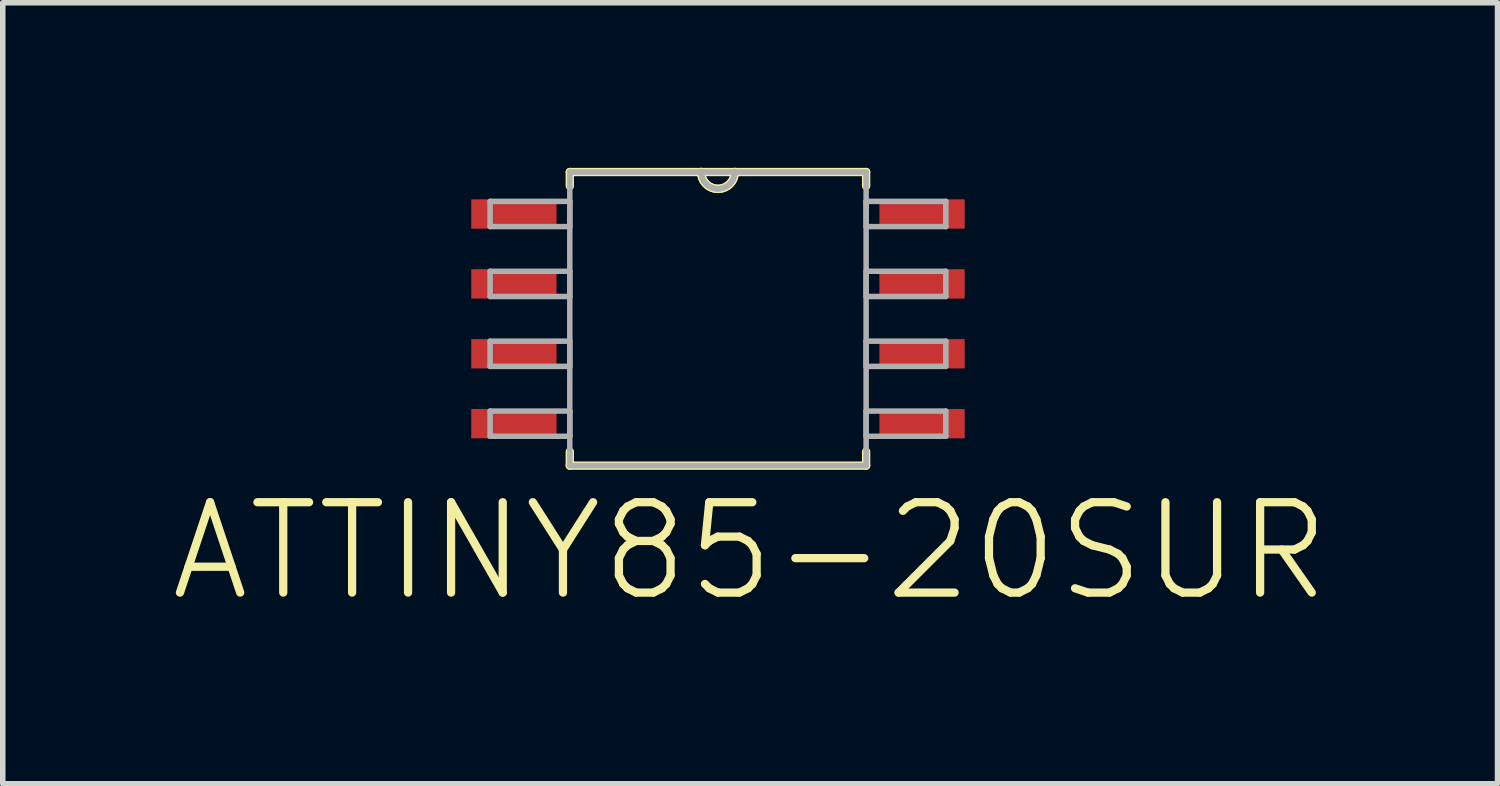
<source format=kicad_pcb>
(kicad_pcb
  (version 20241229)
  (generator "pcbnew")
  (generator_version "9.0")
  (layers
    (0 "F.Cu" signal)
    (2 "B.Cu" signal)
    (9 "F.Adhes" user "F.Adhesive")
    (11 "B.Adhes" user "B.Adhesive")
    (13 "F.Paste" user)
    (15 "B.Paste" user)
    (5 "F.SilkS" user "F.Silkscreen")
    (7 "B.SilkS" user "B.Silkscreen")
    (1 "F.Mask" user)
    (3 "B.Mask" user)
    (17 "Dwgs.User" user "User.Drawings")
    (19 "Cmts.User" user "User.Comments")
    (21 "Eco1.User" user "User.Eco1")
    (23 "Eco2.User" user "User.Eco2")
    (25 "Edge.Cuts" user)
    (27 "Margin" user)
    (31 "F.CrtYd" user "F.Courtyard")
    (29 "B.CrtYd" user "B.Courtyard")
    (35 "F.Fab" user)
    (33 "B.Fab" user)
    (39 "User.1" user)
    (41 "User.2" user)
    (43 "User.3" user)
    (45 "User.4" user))
  (footprint "ATTINY85-20SUR"
    (layer "F.Cu")
    (at 9.995 2.743)
    (property "Reference" "ATTINY85-20SUR" (at 0.585 4.222 0) (layer "F.SilkS") (effects (font (size 1.642 1.642) (thickness 0.15))))
    (attr smd)
    (fp_line (start -2.692 -2.667) (end -2.692 -2.413) (stroke (width 0.152) (type solid)) (layer "F.SilkS"))
    (fp_line (start -2.692 2.413) (end -2.692 2.667) (stroke (width 0.152) (type solid)) (layer "F.SilkS"))
    (fp_line (start -2.692 2.667) (end 2.692 2.667) (stroke (width 0.152) (type solid)) (layer "F.SilkS"))
    (fp_line (start -0.305 -2.667) (end -2.692 -2.667) (stroke (width 0.152) (type solid)) (layer "F.SilkS"))
    (fp_line (start 0.305 -2.667) (end -0.305 -2.667) (stroke (width 0.152) (type solid)) (layer "F.SilkS"))
    (fp_line (start 2.692 -2.667) (end 0.305 -2.667) (stroke (width 0.152) (type solid)) (layer "F.SilkS"))
    (fp_line (start 2.692 -2.413) (end 2.692 -2.667) (stroke (width 0.152) (type solid)) (layer "F.SilkS"))
    (fp_line (start 2.692 2.667) (end 2.692 2.413) (stroke (width 0.152) (type solid)) (layer "F.SilkS"))
    (fp_arc (start 0.3048 -2.667) (mid 0 -2.3622) (end -0.3048 -2.667) (stroke (width 0.1524) (type solid)) (layer "F.SilkS"))
    (fp_arc (start 0.3048 -2.667) (mid 0 -2.3622) (end -0.3048 -2.667) (stroke (width 0.1524) (type solid)) (layer "F.SilkS"))
    (fp_line (start -4.14 -2.134) (end -4.14 -1.676) (stroke (width 0.1) (type solid)) (layer "F.Fab"))
    (fp_line (start -4.14 -1.676) (end -2.692 -1.676) (stroke (width 0.1) (type solid)) (layer "F.Fab"))
    (fp_line (start -4.14 -0.864) (end -4.14 -0.406) (stroke (width 0.1) (type solid)) (layer "F.Fab"))
    (fp_line (start -4.14 -0.406) (end -2.692 -0.406) (stroke (width 0.1) (type solid)) (layer "F.Fab"))
    (fp_line (start -4.14 0.406) (end -4.14 0.864) (stroke (width 0.1) (type solid)) (layer "F.Fab"))
    (fp_line (start -4.14 0.864) (end -2.692 0.864) (stroke (width 0.1) (type solid)) (layer "F.Fab"))
    (fp_line (start -4.14 1.676) (end -4.14 2.134) (stroke (width 0.1) (type solid)) (layer "F.Fab"))
    (fp_line (start -4.14 2.134) (end -2.692 2.134) (stroke (width 0.1) (type solid)) (layer "F.Fab"))
    (fp_line (start -2.692 -2.667) (end -2.692 2.667) (stroke (width 0.1) (type solid)) (layer "F.Fab"))
    (fp_line (start -2.692 -2.134) (end -4.14 -2.134) (stroke (width 0.1) (type solid)) (layer "F.Fab"))
    (fp_line (start -2.692 -1.676) (end -2.692 -2.134) (stroke (width 0.1) (type solid)) (layer "F.Fab"))
    (fp_line (start -2.692 -0.864) (end -4.14 -0.864) (stroke (width 0.1) (type solid)) (layer "F.Fab"))
    (fp_line (start -2.692 -0.406) (end -2.692 -0.864) (stroke (width 0.1) (type solid)) (layer "F.Fab"))
    (fp_line (start -2.692 0.406) (end -4.14 0.406) (stroke (width 0.1) (type solid)) (layer "F.Fab"))
    (fp_line (start -2.692 0.864) (end -2.692 0.406) (stroke (width 0.1) (type solid)) (layer "F.Fab"))
    (fp_line (start -2.692 1.676) (end -4.14 1.676) (stroke (width 0.1) (type solid)) (layer "F.Fab"))
    (fp_line (start -2.692 2.134) (end -2.692 1.676) (stroke (width 0.1) (type solid)) (layer "F.Fab"))
    (fp_line (start -2.692 2.667) (end 2.692 2.667) (stroke (width 0.1) (type solid)) (layer "F.Fab"))
    (fp_line (start -0.305 -2.667) (end -2.692 -2.667) (stroke (width 0.1) (type solid)) (layer "F.Fab"))
    (fp_line (start 0.305 -2.667) (end -0.305 -2.667) (stroke (width 0.1) (type solid)) (layer "F.Fab"))
    (fp_line (start 2.692 -2.667) (end 0.305 -2.667) (stroke (width 0.1) (type solid)) (layer "F.Fab"))
    (fp_line (start 2.692 -2.134) (end 2.692 -1.676) (stroke (width 0.1) (type solid)) (layer "F.Fab"))
    (fp_line (start 2.692 -1.676) (end 4.14 -1.676) (stroke (width 0.1) (type solid)) (layer "F.Fab"))
    (fp_line (start 2.692 -0.864) (end 2.692 -0.406) (stroke (width 0.1) (type solid)) (layer "F.Fab"))
    (fp_line (start 2.692 -0.406) (end 4.14 -0.406) (stroke (width 0.1) (type solid)) (layer "F.Fab"))
    (fp_line (start 2.692 0.406) (end 2.692 0.864) (stroke (width 0.1) (type solid)) (layer "F.Fab"))
    (fp_line (start 2.692 0.864) (end 4.14 0.864) (stroke (width 0.1) (type solid)) (layer "F.Fab"))
    (fp_line (start 2.692 1.676) (end 2.692 2.134) (stroke (width 0.1) (type solid)) (layer "F.Fab"))
    (fp_line (start 2.692 2.134) (end 4.14 2.134) (stroke (width 0.1) (type solid)) (layer "F.Fab"))
    (fp_line (start 2.692 2.667) (end 2.692 -2.667) (stroke (width 0.1) (type solid)) (layer "F.Fab"))
    (fp_line (start 4.14 -2.134) (end 2.692 -2.134) (stroke (width 0.1) (type solid)) (layer "F.Fab"))
    (fp_line (start 4.14 -1.676) (end 4.14 -2.134) (stroke (width 0.1) (type solid)) (layer "F.Fab"))
    (fp_line (start 4.14 -0.864) (end 2.692 -0.864) (stroke (width 0.1) (type solid)) (layer "F.Fab"))
    (fp_line (start 4.14 -0.406) (end 4.14 -0.864) (stroke (width 0.1) (type solid)) (layer "F.Fab"))
    (fp_line (start 4.14 0.406) (end 2.692 0.406) (stroke (width 0.1) (type solid)) (layer "F.Fab"))
    (fp_line (start 4.14 0.864) (end 4.14 0.406) (stroke (width 0.1) (type solid)) (layer "F.Fab"))
    (fp_line (start 4.14 1.676) (end 2.692 1.676) (stroke (width 0.1) (type solid)) (layer "F.Fab"))
    (fp_line (start 4.14 2.134) (end 4.14 1.676) (stroke (width 0.1) (type solid)) (layer "F.Fab"))
    (fp_arc (start 0.3048 -2.667) (mid 0 -2.3622) (end -0.3048 -2.667) (stroke (width 0.1) (type solid)) (layer "F.Fab"))
    (fp_arc (start 0.3048 -2.667) (mid 0 -2.3622) (end -0.3048 -2.667) (stroke (width 0.1) (type solid)) (layer "F.Fab"))
    (pad "1" smd rect (at -3.708 -1.905) (size 1.549 0.533) (layers "F.Cu" "F.Mask" "F.Paste"))
    (pad "2" smd rect (at -3.708 -0.635) (size 1.549 0.533) (layers "F.Cu" "F.Mask" "F.Paste"))
    (pad "3" smd rect (at -3.708 0.635) (size 1.549 0.533) (layers "F.Cu" "F.Mask" "F.Paste"))
    (pad "4" smd rect (at -3.708 1.905) (size 1.549 0.533) (layers "F.Cu" "F.Mask" "F.Paste"))
    (pad "5" smd rect (at 3.708 1.905) (size 1.549 0.533) (layers "F.Cu" "F.Mask" "F.Paste"))
    (pad "6" smd rect (at 3.708 0.635) (size 1.549 0.533) (layers "F.Cu" "F.Mask" "F.Paste"))
    (pad "7" smd rect (at 3.708 -0.635) (size 1.549 0.533) (layers "F.Cu" "F.Mask" "F.Paste"))
    (pad "8" smd rect (at 3.708 -1.905) (size 1.549 0.533) (layers "F.Cu" "F.Mask" "F.Paste")))
  (gr_rect
    (start -3 -3)
    (end 24.159 11.19)
    (stroke (width 0.1) (type default))
    (fill no)
    (layer "Edge.Cuts")))
</source>
